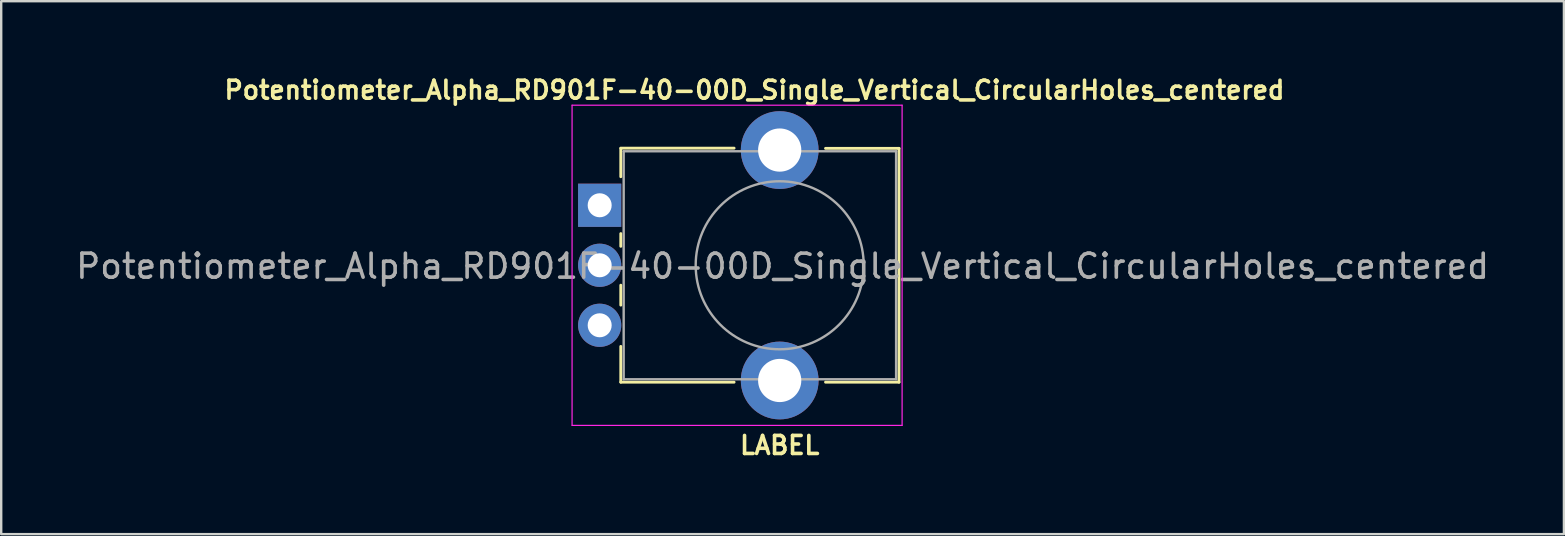
<source format=kicad_pcb>
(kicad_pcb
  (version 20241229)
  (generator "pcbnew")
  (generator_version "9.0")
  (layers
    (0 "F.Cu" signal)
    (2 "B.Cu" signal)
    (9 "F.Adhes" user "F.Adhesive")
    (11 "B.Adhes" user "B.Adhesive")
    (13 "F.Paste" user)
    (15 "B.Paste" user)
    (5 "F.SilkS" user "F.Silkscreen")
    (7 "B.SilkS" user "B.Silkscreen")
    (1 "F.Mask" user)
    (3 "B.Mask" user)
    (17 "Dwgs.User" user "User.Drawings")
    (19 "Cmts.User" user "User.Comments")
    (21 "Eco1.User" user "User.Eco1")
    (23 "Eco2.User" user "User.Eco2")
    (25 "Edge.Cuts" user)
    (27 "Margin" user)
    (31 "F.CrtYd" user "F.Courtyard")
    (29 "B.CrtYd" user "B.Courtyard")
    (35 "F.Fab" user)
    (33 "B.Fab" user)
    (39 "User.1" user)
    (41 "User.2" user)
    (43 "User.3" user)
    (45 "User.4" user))
  (footprint "Potentiometer_Alpha_RD901F-40-00D_Single_Vertical_CircularHoles_centered"
    (layer "F.Cu")
    (at 29.434 8.002)
    (property "Reference" "Potentiometer_Alpha_RD901F-40-00D_Single_Vertical_CircularHoles_centered" (at -1.05 -7.3 180) (layer "F.SilkS") (effects (font (size 0.75 0.75) (thickness 0.15))))
    (attr through_hole)
    (fp_line (start -6.62 -4.88) (end -1.9 -4.88) (stroke (width 0.12) (type solid)) (layer "F.SilkS"))
    (fp_line (start -6.62 -3.69) (end -6.62 -4.87) (stroke (width 0.12) (type solid)) (layer "F.SilkS"))
    (fp_line (start -6.62 -0.79) (end -6.62 -1.32) (stroke (width 0.12) (type solid)) (layer "F.SilkS"))
    (fp_line (start -6.62 1.66) (end -6.62 0.83) (stroke (width 0.12) (type solid)) (layer "F.SilkS"))
    (fp_line (start -6.62 4.87) (end -6.62 3.38) (stroke (width 0.12) (type solid)) (layer "F.SilkS"))
    (fp_line (start -6.62 4.87) (end -1.9 4.87) (stroke (width 0.12) (type solid)) (layer "F.SilkS"))
    (fp_line (start 1.91 -4.87) (end 4.97 -4.87) (stroke (width 0.12) (type solid)) (layer "F.SilkS"))
    (fp_line (start 1.91 4.87) (end 4.97 4.87) (stroke (width 0.12) (type solid)) (layer "F.SilkS"))
    (fp_line (start 4.97 4.87) (end 4.97 -4.87) (stroke (width 0.12) (type solid)) (layer "F.SilkS"))
    (fp_line (start -8.65 -6.67) (end -8.65 6.67) (stroke (width 0.05) (type solid)) (layer "F.CrtYd"))
    (fp_line (start -8.65 6.67) (end 5.1 6.67) (stroke (width 0.05) (type solid)) (layer "F.CrtYd"))
    (fp_line (start 5.1 -6.67) (end -8.65 -6.67) (stroke (width 0.05) (type solid)) (layer "F.CrtYd"))
    (fp_line (start 5.1 6.67) (end 5.1 -6.67) (stroke (width 0.05) (type solid)) (layer "F.CrtYd"))
    (fp_line (start -6.5 -4.75) (end 4.85 -4.75) (stroke (width 0.1) (type solid)) (layer "F.Fab"))
    (fp_line (start -6.5 4.75) (end -6.5 -4.75) (stroke (width 0.1) (type solid)) (layer "F.Fab"))
    (fp_line (start -6.5 4.75) (end 4.85 4.75) (stroke (width 0.1) (type solid)) (layer "F.Fab"))
    (fp_line (start 4.85 4.75) (end 4.85 -4.75) (stroke (width 0.1) (type solid)) (layer "F.Fab"))
    (fp_circle (center 0 0) (end 0 -3.5) (stroke (width 0.1) (type solid)) (fill no) (layer "F.Fab"))
    (fp_text user "LABEL" (at 0 7.5 0) (layer "F.SilkS") (effects (font (size 0.75 0.75) (thickness 0.15))))
    (fp_text user "${REFERENCE}" (at 0.12 0.04 0) (layer "F.Fab") (effects (font (size 1 1) (thickness 0.15))))
    (pad "" thru_hole circle (at 0 -4.8 90) (size 3.24 3.24) (drill 1.8) (layers "*.Cu" "*.Mask"))
    (pad "" thru_hole circle (at 0 4.8 90) (size 3.24 3.24) (drill 1.8) (layers "*.Cu" "*.Mask"))
    (pad "1" thru_hole rect (at -7.5 -2.5 90) (size 1.8 1.8) (drill 1) (layers "*.Cu" "*.Mask"))
    (pad "2" thru_hole circle (at -7.5 0 90) (size 1.8 1.8) (drill 1) (layers "*.Cu" "*.Mask"))
    (pad "3" thru_hole circle (at -7.5 2.5 90) (size 1.8 1.8) (drill 1) (layers "*.Cu" "*.Mask")))
  (gr_rect
    (start -3 -3)
    (end 62.107 19.204)
    (stroke (width 0.1) (type default))
    (fill no)
    (layer "Edge.Cuts")))
</source>
